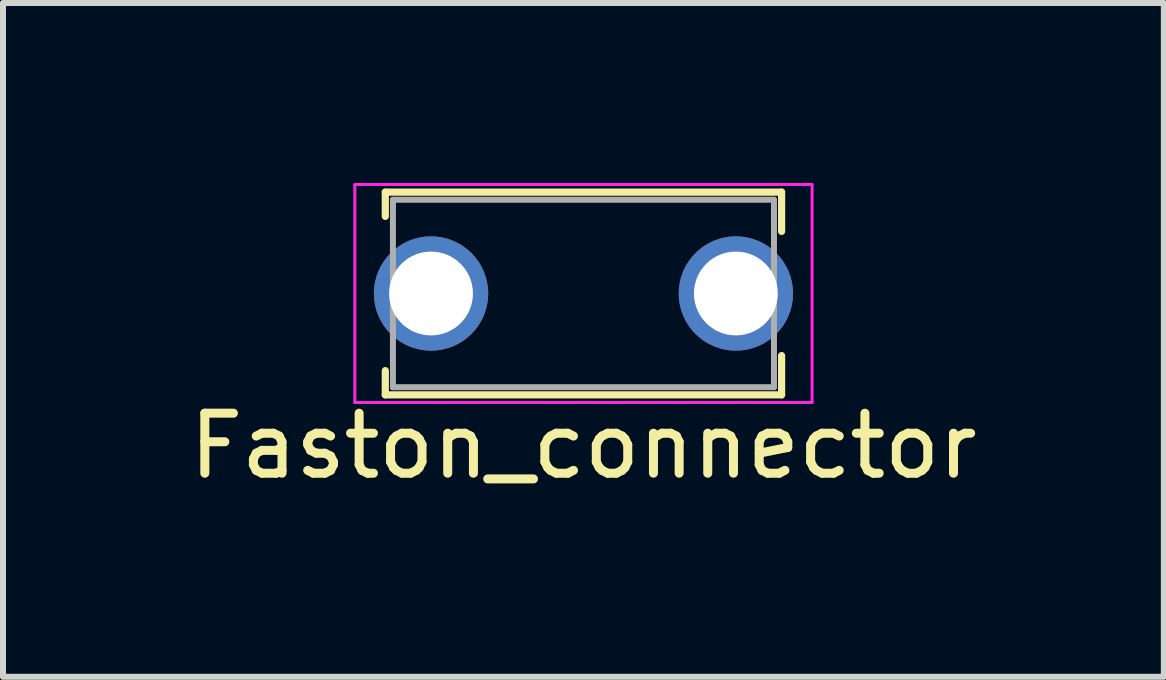
<source format=kicad_pcb>
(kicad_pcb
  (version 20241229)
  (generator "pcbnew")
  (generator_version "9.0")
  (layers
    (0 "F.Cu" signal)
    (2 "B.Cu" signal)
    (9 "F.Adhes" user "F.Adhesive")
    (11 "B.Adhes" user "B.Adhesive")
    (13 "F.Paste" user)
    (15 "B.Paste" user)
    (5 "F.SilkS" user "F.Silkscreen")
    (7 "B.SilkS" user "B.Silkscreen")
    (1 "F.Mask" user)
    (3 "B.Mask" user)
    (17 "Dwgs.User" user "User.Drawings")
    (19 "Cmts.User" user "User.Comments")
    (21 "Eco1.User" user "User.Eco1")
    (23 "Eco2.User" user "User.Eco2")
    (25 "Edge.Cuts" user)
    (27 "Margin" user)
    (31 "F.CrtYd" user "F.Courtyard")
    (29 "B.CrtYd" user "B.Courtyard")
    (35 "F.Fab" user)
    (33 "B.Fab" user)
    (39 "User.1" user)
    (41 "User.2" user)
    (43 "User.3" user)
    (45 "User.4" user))
  (footprint "Faston_connector"
    (layer "F.Cu")
    (at 9.213 1.841)
    (property "Reference" "Faston_connector" (at -2.54 2.54 0) (layer "F.SilkS") (effects (font (size 1 1) (thickness 0.15))))
    (attr through_hole)
    (fp_line (start -5.842 -1.689) (end -5.842 -1.285) (stroke (width 0.12) (type solid)) (layer "F.SilkS"))
    (fp_line (start -5.842 1.285) (end -5.842 1.689) (stroke (width 0.12) (type solid)) (layer "F.SilkS"))
    (fp_line (start -5.842 1.689) (end 0.762 1.689) (stroke (width 0.12) (type solid)) (layer "F.SilkS"))
    (fp_line (start 0.762 -1.689) (end -5.842 -1.689) (stroke (width 0.12) (type solid)) (layer "F.SilkS"))
    (fp_line (start 0.762 -1.035) (end 0.762 -1.689) (stroke (width 0.12) (type solid)) (layer "F.SilkS"))
    (fp_line (start 0.762 1.689) (end 0.762 1.035) (stroke (width 0.12) (type solid)) (layer "F.SilkS"))
    (fp_line (start -6.35 -1.816) (end 1.27 -1.816) (stroke (width 0.05) (type solid)) (layer "F.CrtYd"))
    (fp_line (start -6.35 1.816) (end -6.35 -1.816) (stroke (width 0.05) (type solid)) (layer "F.CrtYd"))
    (fp_line (start 1.27 -1.816) (end 1.27 1.816) (stroke (width 0.05) (type solid)) (layer "F.CrtYd"))
    (fp_line (start 1.27 1.816) (end -6.35 1.816) (stroke (width 0.05) (type solid)) (layer "F.CrtYd"))
    (fp_line (start -5.715 -1.562) (end -5.715 1.562) (stroke (width 0.1) (type solid)) (layer "F.Fab"))
    (fp_line (start -5.715 1.562) (end 0.635 1.562) (stroke (width 0.1) (type solid)) (layer "F.Fab"))
    (fp_line (start 0.635 -1.562) (end -5.715 -1.562) (stroke (width 0.1) (type solid)) (layer "F.Fab"))
    (fp_line (start 0.635 1.562) (end 0.635 -1.562) (stroke (width 0.1) (type solid)) (layer "F.Fab"))
    (pad "1" thru_hole circle (at -5.08 0) (size 1.905 1.905) (drill 1.397) (layers "*.Cu" "*.Mask"))
    (pad "2" thru_hole circle (at 0 0) (size 1.905 1.905) (drill 1.397) (layers "*.Cu" "*.Mask")))
  (gr_rect
    (start -3 -3)
    (end 16.345 8.229)
    (stroke (width 0.1) (type default))
    (fill no)
    (layer "Edge.Cuts")))
</source>
